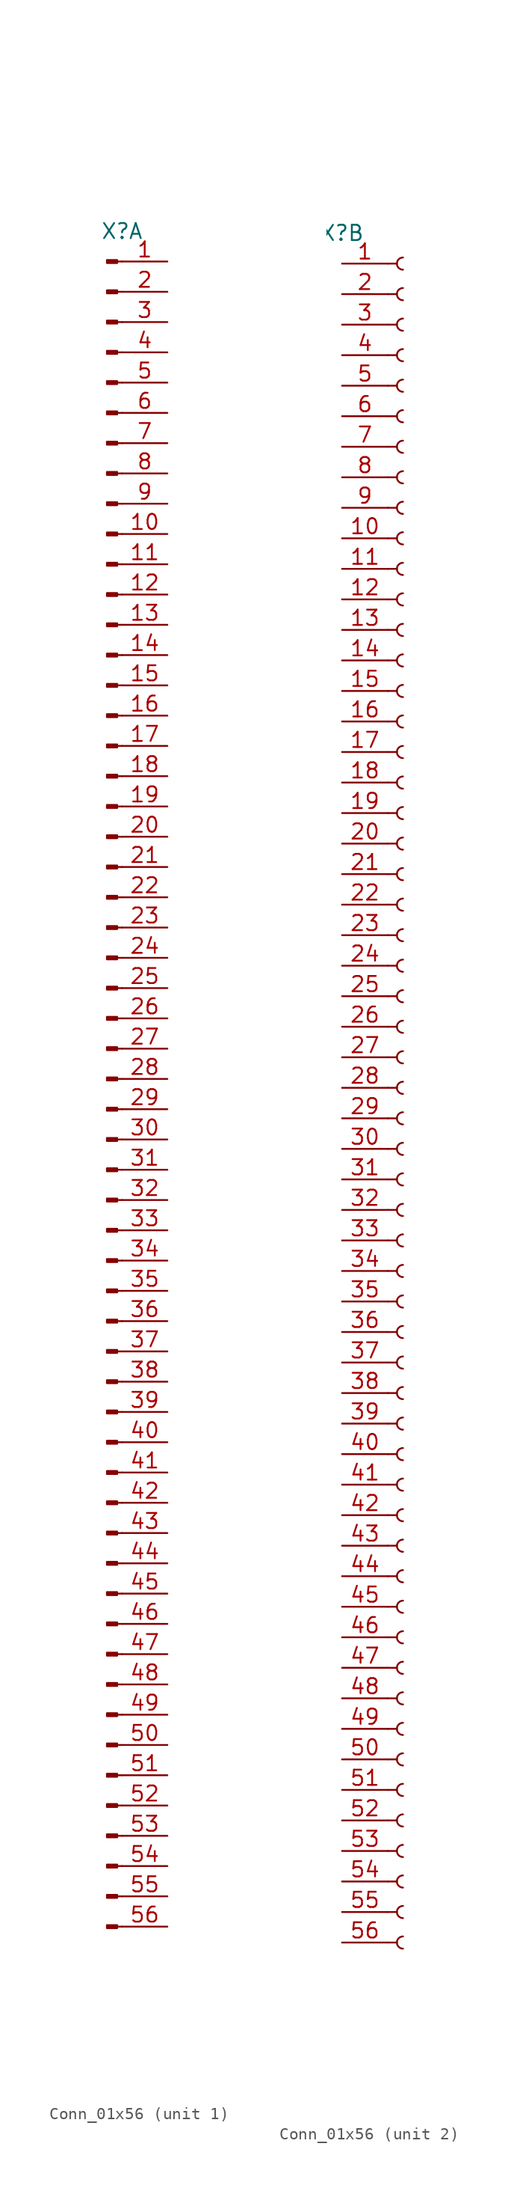
<source format=kicad_sym>
(kicad_symbol_lib
  (version 20241209)
  (generator "kicad_symbol_editor")
  (generator_version "9.0")
  (symbol "Conn_01x56"
    (pin_names
      (offset 1.016)
      (hide yes))
    (property "Reference" "X"
      (at 0 71.12 0)
      (effects (font (size 1.27 1.27))))
    (property "ki_locked" ""
      (at 0 0 0)
      (effects (font (size 1.27 1.27))))
    (symbol "Conn_01x56_1_1"
      (rectangle (start -0.406 68.707) (end -1.27 68.453) (stroke (width 0.152) (type default)) (fill (type outline)))
      (rectangle (start -0.406 66.167) (end -1.27 65.913) (stroke (width 0.152) (type default)) (fill (type outline)))
      (rectangle (start -0.406 63.627) (end -1.27 63.373) (stroke (width 0.152) (type default)) (fill (type outline)))
      (rectangle (start -0.406 61.087) (end -1.27 60.833) (stroke (width 0.152) (type default)) (fill (type outline)))
      (rectangle (start -0.406 58.547) (end -1.27 58.293) (stroke (width 0.152) (type default)) (fill (type outline)))
      (rectangle (start -0.406 56.007) (end -1.27 55.753) (stroke (width 0.152) (type default)) (fill (type outline)))
      (rectangle (start -0.406 53.467) (end -1.27 53.213) (stroke (width 0.152) (type default)) (fill (type outline)))
      (rectangle (start -0.406 50.927) (end -1.27 50.673) (stroke (width 0.152) (type default)) (fill (type outline)))
      (rectangle (start -0.406 48.387) (end -1.27 48.133) (stroke (width 0.152) (type default)) (fill (type outline)))
      (rectangle (start -0.406 45.847) (end -1.27 45.593) (stroke (width 0.152) (type default)) (fill (type outline)))
      (rectangle (start -0.406 43.307) (end -1.27 43.053) (stroke (width 0.152) (type default)) (fill (type outline)))
      (rectangle (start -0.406 40.767) (end -1.27 40.513) (stroke (width 0.152) (type default)) (fill (type outline)))
      (rectangle (start -0.406 38.227) (end -1.27 37.973) (stroke (width 0.152) (type default)) (fill (type outline)))
      (rectangle (start -0.406 35.687) (end -1.27 35.433) (stroke (width 0.152) (type default)) (fill (type outline)))
      (rectangle (start -0.406 33.147) (end -1.27 32.893) (stroke (width 0.152) (type default)) (fill (type outline)))
      (rectangle (start -0.406 30.607) (end -1.27 30.353) (stroke (width 0.152) (type default)) (fill (type outline)))
      (rectangle (start -0.406 28.067) (end -1.27 27.813) (stroke (width 0.152) (type default)) (fill (type outline)))
      (rectangle (start -0.406 25.527) (end -1.27 25.273) (stroke (width 0.152) (type default)) (fill (type outline)))
      (rectangle (start -0.406 22.987) (end -1.27 22.733) (stroke (width 0.152) (type default)) (fill (type outline)))
      (rectangle (start -0.406 20.447) (end -1.27 20.193) (stroke (width 0.152) (type default)) (fill (type outline)))
      (rectangle (start -0.406 17.907) (end -1.27 17.653) (stroke (width 0.152) (type default)) (fill (type outline)))
      (rectangle (start -0.406 15.367) (end -1.27 15.113) (stroke (width 0.152) (type default)) (fill (type outline)))
      (rectangle (start -0.406 12.827) (end -1.27 12.573) (stroke (width 0.152) (type default)) (fill (type outline)))
      (rectangle (start -0.406 10.287) (end -1.27 10.033) (stroke (width 0.152) (type default)) (fill (type outline)))
      (rectangle (start -0.406 7.747) (end -1.27 7.493) (stroke (width 0.152) (type default)) (fill (type outline)))
      (rectangle (start -0.406 5.207) (end -1.27 4.953) (stroke (width 0.152) (type default)) (fill (type outline)))
      (rectangle (start -0.406 2.667) (end -1.27 2.413) (stroke (width 0.152) (type default)) (fill (type outline)))
      (rectangle (start -0.406 0.127) (end -1.27 -0.127) (stroke (width 0.152) (type default)) (fill (type outline)))
      (rectangle (start -0.406 -2.413) (end -1.27 -2.667) (stroke (width 0.152) (type default)) (fill (type outline)))
      (rectangle (start -0.406 -4.953) (end -1.27 -5.207) (stroke (width 0.152) (type default)) (fill (type outline)))
      (rectangle (start -0.406 -7.493) (end -1.27 -7.747) (stroke (width 0.152) (type default)) (fill (type outline)))
      (rectangle (start -0.406 -10.033) (end -1.27 -10.287) (stroke (width 0.152) (type default)) (fill (type outline)))
      (rectangle (start -0.406 -12.573) (end -1.27 -12.827) (stroke (width 0.152) (type default)) (fill (type outline)))
      (rectangle (start -0.406 -15.113) (end -1.27 -15.367) (stroke (width 0.152) (type default)) (fill (type outline)))
      (rectangle (start -0.406 -17.653) (end -1.27 -17.907) (stroke (width 0.152) (type default)) (fill (type outline)))
      (rectangle (start -0.406 -20.193) (end -1.27 -20.447) (stroke (width 0.152) (type default)) (fill (type outline)))
      (rectangle (start -0.406 -22.733) (end -1.27 -22.987) (stroke (width 0.152) (type default)) (fill (type outline)))
      (rectangle (start -0.406 -25.273) (end -1.27 -25.527) (stroke (width 0.152) (type default)) (fill (type outline)))
      (rectangle (start -0.406 -27.813) (end -1.27 -28.067) (stroke (width 0.152) (type default)) (fill (type outline)))
      (rectangle (start -0.406 -30.353) (end -1.27 -30.607) (stroke (width 0.152) (type default)) (fill (type outline)))
      (rectangle (start -0.406 -32.893) (end -1.27 -33.147) (stroke (width 0.152) (type default)) (fill (type outline)))
      (rectangle (start -0.406 -35.433) (end -1.27 -35.687) (stroke (width 0.152) (type default)) (fill (type outline)))
      (rectangle (start -0.406 -37.973) (end -1.27 -38.227) (stroke (width 0.152) (type default)) (fill (type outline)))
      (rectangle (start -0.406 -40.513) (end -1.27 -40.767) (stroke (width 0.152) (type default)) (fill (type outline)))
      (rectangle (start -0.406 -43.053) (end -1.27 -43.307) (stroke (width 0.152) (type default)) (fill (type outline)))
      (rectangle (start -0.406 -45.593) (end -1.27 -45.847) (stroke (width 0.152) (type default)) (fill (type outline)))
      (rectangle (start -0.406 -48.133) (end -1.27 -48.387) (stroke (width 0.152) (type default)) (fill (type outline)))
      (rectangle (start -0.406 -50.673) (end -1.27 -50.927) (stroke (width 0.152) (type default)) (fill (type outline)))
      (rectangle (start -0.406 -53.213) (end -1.27 -53.467) (stroke (width 0.152) (type default)) (fill (type outline)))
      (rectangle (start -0.406 -55.753) (end -1.27 -56.007) (stroke (width 0.152) (type default)) (fill (type outline)))
      (rectangle (start -0.406 -58.293) (end -1.27 -58.547) (stroke (width 0.152) (type default)) (fill (type outline)))
      (rectangle (start -0.406 -60.833) (end -1.27 -61.087) (stroke (width 0.152) (type default)) (fill (type outline)))
      (rectangle (start -0.406 -63.373) (end -1.27 -63.627) (stroke (width 0.152) (type default)) (fill (type outline)))
      (rectangle (start -0.406 -65.913) (end -1.27 -66.167) (stroke (width 0.152) (type default)) (fill (type outline)))
      (rectangle (start -0.406 -68.453) (end -1.27 -68.707) (stroke (width 0.152) (type default)) (fill (type outline)))
      (rectangle (start -0.406 -70.993) (end -1.27 -71.247) (stroke (width 0.152) (type default)) (fill (type outline)))
      (polyline (pts (xy 0 68.58) (xy -0.406 68.58)) (stroke (width 0.152) (type default)) (fill (type none)))
      (polyline (pts (xy 0 66.04) (xy -0.406 66.04)) (stroke (width 0.152) (type default)) (fill (type none)))
      (polyline (pts (xy 0 63.5) (xy -0.406 63.5)) (stroke (width 0.152) (type default)) (fill (type none)))
      (polyline (pts (xy 0 60.96) (xy -0.406 60.96)) (stroke (width 0.152) (type default)) (fill (type none)))
      (polyline (pts (xy 0 58.42) (xy -0.406 58.42)) (stroke (width 0.152) (type default)) (fill (type none)))
      (polyline (pts (xy 0 55.88) (xy -0.406 55.88)) (stroke (width 0.152) (type default)) (fill (type none)))
      (polyline (pts (xy 0 53.34) (xy -0.406 53.34)) (stroke (width 0.152) (type default)) (fill (type none)))
      (polyline (pts (xy 0 50.8) (xy -0.406 50.8)) (stroke (width 0.152) (type default)) (fill (type none)))
      (polyline (pts (xy 0 48.26) (xy -0.406 48.26)) (stroke (width 0.152) (type default)) (fill (type none)))
      (polyline (pts (xy 0 45.72) (xy -0.406 45.72)) (stroke (width 0.152) (type default)) (fill (type none)))
      (polyline (pts (xy 0 43.18) (xy -0.406 43.18)) (stroke (width 0.152) (type default)) (fill (type none)))
      (polyline (pts (xy 0 40.64) (xy -0.406 40.64)) (stroke (width 0.152) (type default)) (fill (type none)))
      (polyline (pts (xy 0 38.1) (xy -0.406 38.1)) (stroke (width 0.152) (type default)) (fill (type none)))
      (polyline (pts (xy 0 35.56) (xy -0.406 35.56)) (stroke (width 0.152) (type default)) (fill (type none)))
      (polyline (pts (xy 0 33.02) (xy -0.406 33.02)) (stroke (width 0.152) (type default)) (fill (type none)))
      (polyline (pts (xy 0 30.48) (xy -0.406 30.48)) (stroke (width 0.152) (type default)) (fill (type none)))
      (polyline (pts (xy 0 27.94) (xy -0.406 27.94)) (stroke (width 0.152) (type default)) (fill (type none)))
      (polyline (pts (xy 0 25.4) (xy -0.406 25.4)) (stroke (width 0.152) (type default)) (fill (type none)))
      (polyline (pts (xy 0 22.86) (xy -0.406 22.86)) (stroke (width 0.152) (type default)) (fill (type none)))
      (polyline (pts (xy 0 20.32) (xy -0.406 20.32)) (stroke (width 0.152) (type default)) (fill (type none)))
      (polyline (pts (xy 0 17.78) (xy -0.406 17.78)) (stroke (width 0.152) (type default)) (fill (type none)))
      (polyline (pts (xy 0 15.24) (xy -0.406 15.24)) (stroke (width 0.152) (type default)) (fill (type none)))
      (polyline (pts (xy 0 12.7) (xy -0.406 12.7)) (stroke (width 0.152) (type default)) (fill (type none)))
      (polyline (pts (xy 0 10.16) (xy -0.406 10.16)) (stroke (width 0.152) (type default)) (fill (type none)))
      (polyline (pts (xy 0 7.62) (xy -0.406 7.62)) (stroke (width 0.152) (type default)) (fill (type none)))
      (polyline (pts (xy 0 5.08) (xy -0.406 5.08)) (stroke (width 0.152) (type default)) (fill (type none)))
      (polyline (pts (xy 0 2.54) (xy -0.406 2.54)) (stroke (width 0.152) (type default)) (fill (type none)))
      (polyline (pts (xy 0 0) (xy -0.406 0)) (stroke (width 0.152) (type default)) (fill (type none)))
      (polyline (pts (xy 0 -2.54) (xy -0.406 -2.54)) (stroke (width 0.152) (type default)) (fill (type none)))
      (polyline (pts (xy 0 -5.08) (xy -0.406 -5.08)) (stroke (width 0.152) (type default)) (fill (type none)))
      (polyline (pts (xy 0 -7.62) (xy -0.406 -7.62)) (stroke (width 0.152) (type default)) (fill (type none)))
      (polyline (pts (xy 0 -10.16) (xy -0.406 -10.16)) (stroke (width 0.152) (type default)) (fill (type none)))
      (polyline (pts (xy 0 -12.7) (xy -0.406 -12.7)) (stroke (width 0.152) (type default)) (fill (type none)))
      (polyline (pts (xy 0 -15.24) (xy -0.406 -15.24)) (stroke (width 0.152) (type default)) (fill (type none)))
      (polyline (pts (xy 0 -17.78) (xy -0.406 -17.78)) (stroke (width 0.152) (type default)) (fill (type none)))
      (polyline (pts (xy 0 -20.32) (xy -0.406 -20.32)) (stroke (width 0.152) (type default)) (fill (type none)))
      (polyline (pts (xy 0 -22.86) (xy -0.406 -22.86)) (stroke (width 0.152) (type default)) (fill (type none)))
      (polyline (pts (xy 0 -25.4) (xy -0.406 -25.4)) (stroke (width 0.152) (type default)) (fill (type none)))
      (polyline (pts (xy 0 -27.94) (xy -0.406 -27.94)) (stroke (width 0.152) (type default)) (fill (type none)))
      (polyline (pts (xy 0 -30.48) (xy -0.406 -30.48)) (stroke (width 0.152) (type default)) (fill (type none)))
      (polyline (pts (xy 0 -33.02) (xy -0.406 -33.02)) (stroke (width 0.152) (type default)) (fill (type none)))
      (polyline (pts (xy 0 -35.56) (xy -0.406 -35.56)) (stroke (width 0.152) (type default)) (fill (type none)))
      (polyline (pts (xy 0 -38.1) (xy -0.406 -38.1)) (stroke (width 0.152) (type default)) (fill (type none)))
      (polyline (pts (xy 0 -40.64) (xy -0.406 -40.64)) (stroke (width 0.152) (type default)) (fill (type none)))
      (polyline (pts (xy 0 -43.18) (xy -0.406 -43.18)) (stroke (width 0.152) (type default)) (fill (type none)))
      (polyline (pts (xy 0 -45.72) (xy -0.406 -45.72)) (stroke (width 0.152) (type default)) (fill (type none)))
      (polyline (pts (xy 0 -48.26) (xy -0.406 -48.26)) (stroke (width 0.152) (type default)) (fill (type none)))
      (polyline (pts (xy 0 -50.8) (xy -0.406 -50.8)) (stroke (width 0.152) (type default)) (fill (type none)))
      (polyline (pts (xy 0 -53.34) (xy -0.406 -53.34)) (stroke (width 0.152) (type default)) (fill (type none)))
      (polyline (pts (xy 0 -55.88) (xy -0.406 -55.88)) (stroke (width 0.152) (type default)) (fill (type none)))
      (polyline (pts (xy 0 -58.42) (xy -0.406 -58.42)) (stroke (width 0.152) (type default)) (fill (type none)))
      (polyline (pts (xy 0 -60.96) (xy -0.406 -60.96)) (stroke (width 0.152) (type default)) (fill (type none)))
      (polyline (pts (xy 0 -63.5) (xy -0.406 -63.5)) (stroke (width 0.152) (type default)) (fill (type none)))
      (polyline (pts (xy 0 -66.04) (xy -0.406 -66.04)) (stroke (width 0.152) (type default)) (fill (type none)))
      (polyline (pts (xy 0 -68.58) (xy -0.406 -68.58)) (stroke (width 0.152) (type default)) (fill (type none)))
      (polyline (pts (xy 0 -71.12) (xy -0.406 -71.12)) (stroke (width 0.152) (type default)) (fill (type none)))
      (pin passive line (at 3.81 68.58 180) (length 3.81) (name "Pin_1" (effects (font (size 1.27 1.27)))) (number "1" (effects (font (size 1.27 1.27)))))
      (pin passive line (at 3.81 66.04 180) (length 3.81) (name "Pin_2" (effects (font (size 1.27 1.27)))) (number "2" (effects (font (size 1.27 1.27)))))
      (pin passive line (at 3.81 63.5 180) (length 3.81) (name "Pin_3" (effects (font (size 1.27 1.27)))) (number "3" (effects (font (size 1.27 1.27)))))
      (pin passive line (at 3.81 60.96 180) (length 3.81) (name "Pin_4" (effects (font (size 1.27 1.27)))) (number "4" (effects (font (size 1.27 1.27)))))
      (pin passive line (at 3.81 58.42 180) (length 3.81) (name "Pin_5" (effects (font (size 1.27 1.27)))) (number "5" (effects (font (size 1.27 1.27)))))
      (pin passive line (at 3.81 55.88 180) (length 3.81) (name "Pin_6" (effects (font (size 1.27 1.27)))) (number "6" (effects (font (size 1.27 1.27)))))
      (pin passive line (at 3.81 53.34 180) (length 3.81) (name "Pin_7" (effects (font (size 1.27 1.27)))) (number "7" (effects (font (size 1.27 1.27)))))
      (pin passive line (at 3.81 50.8 180) (length 3.81) (name "Pin_8" (effects (font (size 1.27 1.27)))) (number "8" (effects (font (size 1.27 1.27)))))
      (pin passive line (at 3.81 48.26 180) (length 3.81) (name "Pin_9" (effects (font (size 1.27 1.27)))) (number "9" (effects (font (size 1.27 1.27)))))
      (pin passive line (at 3.81 45.72 180) (length 3.81) (name "Pin_10" (effects (font (size 1.27 1.27)))) (number "10" (effects (font (size 1.27 1.27)))))
      (pin passive line (at 3.81 43.18 180) (length 3.81) (name "Pin_11" (effects (font (size 1.27 1.27)))) (number "11" (effects (font (size 1.27 1.27)))))
      (pin passive line (at 3.81 40.64 180) (length 3.81) (name "Pin_12" (effects (font (size 1.27 1.27)))) (number "12" (effects (font (size 1.27 1.27)))))
      (pin passive line (at 3.81 38.1 180) (length 3.81) (name "Pin_13" (effects (font (size 1.27 1.27)))) (number "13" (effects (font (size 1.27 1.27)))))
      (pin passive line (at 3.81 35.56 180) (length 3.81) (name "Pin_14" (effects (font (size 1.27 1.27)))) (number "14" (effects (font (size 1.27 1.27)))))
      (pin passive line (at 3.81 33.02 180) (length 3.81) (name "Pin_15" (effects (font (size 1.27 1.27)))) (number "15" (effects (font (size 1.27 1.27)))))
      (pin passive line (at 3.81 30.48 180) (length 3.81) (name "Pin_16" (effects (font (size 1.27 1.27)))) (number "16" (effects (font (size 1.27 1.27)))))
      (pin passive line (at 3.81 27.94 180) (length 3.81) (name "Pin_17" (effects (font (size 1.27 1.27)))) (number "17" (effects (font (size 1.27 1.27)))))
      (pin passive line (at 3.81 25.4 180) (length 3.81) (name "Pin_18" (effects (font (size 1.27 1.27)))) (number "18" (effects (font (size 1.27 1.27)))))
      (pin passive line (at 3.81 22.86 180) (length 3.81) (name "Pin_19" (effects (font (size 1.27 1.27)))) (number "19" (effects (font (size 1.27 1.27)))))
      (pin passive line (at 3.81 20.32 180) (length 3.81) (name "Pin_20" (effects (font (size 1.27 1.27)))) (number "20" (effects (font (size 1.27 1.27)))))
      (pin passive line (at 3.81 17.78 180) (length 3.81) (name "Pin_21" (effects (font (size 1.27 1.27)))) (number "21" (effects (font (size 1.27 1.27)))))
      (pin passive line (at 3.81 15.24 180) (length 3.81) (name "Pin_22" (effects (font (size 1.27 1.27)))) (number "22" (effects (font (size 1.27 1.27)))))
      (pin passive line (at 3.81 12.7 180) (length 3.81) (name "Pin_23" (effects (font (size 1.27 1.27)))) (number "23" (effects (font (size 1.27 1.27)))))
      (pin passive line (at 3.81 10.16 180) (length 3.81) (name "Pin_24" (effects (font (size 1.27 1.27)))) (number "24" (effects (font (size 1.27 1.27)))))
      (pin passive line (at 3.81 7.62 180) (length 3.81) (name "Pin_25" (effects (font (size 1.27 1.27)))) (number "25" (effects (font (size 1.27 1.27)))))
      (pin passive line (at 3.81 5.08 180) (length 3.81) (name "Pin_26" (effects (font (size 1.27 1.27)))) (number "26" (effects (font (size 1.27 1.27)))))
      (pin passive line (at 3.81 2.54 180) (length 3.81) (name "Pin_27" (effects (font (size 1.27 1.27)))) (number "27" (effects (font (size 1.27 1.27)))))
      (pin passive line (at 3.81 0 180) (length 3.81) (name "Pin_28" (effects (font (size 1.27 1.27)))) (number "28" (effects (font (size 1.27 1.27)))))
      (pin passive line (at 3.81 -2.54 180) (length 3.81) (name "Pin_29" (effects (font (size 1.27 1.27)))) (number "29" (effects (font (size 1.27 1.27)))))
      (pin passive line (at 3.81 -5.08 180) (length 3.81) (name "Pin_30" (effects (font (size 1.27 1.27)))) (number "30" (effects (font (size 1.27 1.27)))))
      (pin passive line (at 3.81 -7.62 180) (length 3.81) (name "Pin_31" (effects (font (size 1.27 1.27)))) (number "31" (effects (font (size 1.27 1.27)))))
      (pin passive line (at 3.81 -10.16 180) (length 3.81) (name "Pin_32" (effects (font (size 1.27 1.27)))) (number "32" (effects (font (size 1.27 1.27)))))
      (pin passive line (at 3.81 -12.7 180) (length 3.81) (name "Pin_33" (effects (font (size 1.27 1.27)))) (number "33" (effects (font (size 1.27 1.27)))))
      (pin passive line (at 3.81 -15.24 180) (length 3.81) (name "Pin_34" (effects (font (size 1.27 1.27)))) (number "34" (effects (font (size 1.27 1.27)))))
      (pin passive line (at 3.81 -17.78 180) (length 3.81) (name "Pin_35" (effects (font (size 1.27 1.27)))) (number "35" (effects (font (size 1.27 1.27)))))
      (pin passive line (at 3.81 -20.32 180) (length 3.81) (name "Pin_36" (effects (font (size 1.27 1.27)))) (number "36" (effects (font (size 1.27 1.27)))))
      (pin passive line (at 3.81 -22.86 180) (length 3.81) (name "Pin_37" (effects (font (size 1.27 1.27)))) (number "37" (effects (font (size 1.27 1.27)))))
      (pin passive line (at 3.81 -25.4 180) (length 3.81) (name "Pin_38" (effects (font (size 1.27 1.27)))) (number "38" (effects (font (size 1.27 1.27)))))
      (pin passive line (at 3.81 -27.94 180) (length 3.81) (name "Pin_39" (effects (font (size 1.27 1.27)))) (number "39" (effects (font (size 1.27 1.27)))))
      (pin passive line (at 3.81 -30.48 180) (length 3.81) (name "Pin_40" (effects (font (size 1.27 1.27)))) (number "40" (effects (font (size 1.27 1.27)))))
      (pin passive line (at 3.81 -33.02 180) (length 3.81) (name "Pin_41" (effects (font (size 1.27 1.27)))) (number "41" (effects (font (size 1.27 1.27)))))
      (pin passive line (at 3.81 -35.56 180) (length 3.81) (name "Pin_42" (effects (font (size 1.27 1.27)))) (number "42" (effects (font (size 1.27 1.27)))))
      (pin passive line (at 3.81 -38.1 180) (length 3.81) (name "Pin_43" (effects (font (size 1.27 1.27)))) (number "43" (effects (font (size 1.27 1.27)))))
      (pin passive line (at 3.81 -40.64 180) (length 3.81) (name "Pin_44" (effects (font (size 1.27 1.27)))) (number "44" (effects (font (size 1.27 1.27)))))
      (pin passive line (at 3.81 -43.18 180) (length 3.81) (name "Pin_45" (effects (font (size 1.27 1.27)))) (number "45" (effects (font (size 1.27 1.27)))))
      (pin passive line (at 3.81 -45.72 180) (length 3.81) (name "Pin_46" (effects (font (size 1.27 1.27)))) (number "46" (effects (font (size 1.27 1.27)))))
      (pin passive line (at 3.81 -48.26 180) (length 3.81) (name "Pin_47" (effects (font (size 1.27 1.27)))) (number "47" (effects (font (size 1.27 1.27)))))
      (pin passive line (at 3.81 -50.8 180) (length 3.81) (name "Pin_48" (effects (font (size 1.27 1.27)))) (number "48" (effects (font (size 1.27 1.27)))))
      (pin passive line (at 3.81 -53.34 180) (length 3.81) (name "Pin_49" (effects (font (size 1.27 1.27)))) (number "49" (effects (font (size 1.27 1.27)))))
      (pin passive line (at 3.81 -55.88 180) (length 3.81) (name "Pin_50" (effects (font (size 1.27 1.27)))) (number "50" (effects (font (size 1.27 1.27)))))
      (pin passive line (at 3.81 -58.42 180) (length 3.81) (name "Pin_51" (effects (font (size 1.27 1.27)))) (number "51" (effects (font (size 1.27 1.27)))))
      (pin passive line (at 3.81 -60.96 180) (length 3.81) (name "Pin_52" (effects (font (size 1.27 1.27)))) (number "52" (effects (font (size 1.27 1.27)))))
      (pin passive line (at 3.81 -63.5 180) (length 3.81) (name "Pin_53" (effects (font (size 1.27 1.27)))) (number "53" (effects (font (size 1.27 1.27)))))
      (pin passive line (at 3.81 -66.04 180) (length 3.81) (name "Pin_54" (effects (font (size 1.27 1.27)))) (number "54" (effects (font (size 1.27 1.27)))))
      (pin passive line (at 3.81 -68.58 180) (length 3.81) (name "Pin_55" (effects (font (size 1.27 1.27)))) (number "55" (effects (font (size 1.27 1.27)))))
      (pin passive line (at 3.81 -71.12 180) (length 3.81) (name "Pin_56" (effects (font (size 1.27 1.27)))) (number "56" (effects (font (size 1.27 1.27))))))
    (symbol "Conn_01x56_2_1"
      (polyline (pts (xy 3.81 68.58) (xy 4.572 68.58)) (stroke (width 0.152) (type default)) (fill (type none)))
      (polyline (pts (xy 3.81 66.04) (xy 4.572 66.04)) (stroke (width 0.152) (type default)) (fill (type none)))
      (polyline (pts (xy 3.81 63.5) (xy 4.572 63.5)) (stroke (width 0.152) (type default)) (fill (type none)))
      (polyline (pts (xy 3.81 60.96) (xy 4.572 60.96)) (stroke (width 0.152) (type default)) (fill (type none)))
      (polyline (pts (xy 3.81 58.42) (xy 4.572 58.42)) (stroke (width 0.152) (type default)) (fill (type none)))
      (polyline (pts (xy 3.81 55.88) (xy 4.572 55.88)) (stroke (width 0.152) (type default)) (fill (type none)))
      (polyline (pts (xy 3.81 53.34) (xy 4.572 53.34)) (stroke (width 0.152) (type default)) (fill (type none)))
      (polyline (pts (xy 3.81 50.8) (xy 4.572 50.8)) (stroke (width 0.152) (type default)) (fill (type none)))
      (polyline (pts (xy 3.81 48.26) (xy 4.572 48.26)) (stroke (width 0.152) (type default)) (fill (type none)))
      (polyline (pts (xy 3.81 45.72) (xy 4.572 45.72)) (stroke (width 0.152) (type default)) (fill (type none)))
      (polyline (pts (xy 3.81 43.18) (xy 4.572 43.18)) (stroke (width 0.152) (type default)) (fill (type none)))
      (polyline (pts (xy 3.81 40.64) (xy 4.572 40.64)) (stroke (width 0.152) (type default)) (fill (type none)))
      (polyline (pts (xy 3.81 38.1) (xy 4.572 38.1)) (stroke (width 0.152) (type default)) (fill (type none)))
      (polyline (pts (xy 3.81 35.56) (xy 4.572 35.56)) (stroke (width 0.152) (type default)) (fill (type none)))
      (polyline (pts (xy 3.81 33.02) (xy 4.572 33.02)) (stroke (width 0.152) (type default)) (fill (type none)))
      (polyline (pts (xy 3.81 30.48) (xy 4.572 30.48)) (stroke (width 0.152) (type default)) (fill (type none)))
      (polyline (pts (xy 3.81 27.94) (xy 4.572 27.94)) (stroke (width 0.152) (type default)) (fill (type none)))
      (polyline (pts (xy 3.81 25.4) (xy 4.572 25.4)) (stroke (width 0.152) (type default)) (fill (type none)))
      (polyline (pts (xy 3.81 22.86) (xy 4.572 22.86)) (stroke (width 0.152) (type default)) (fill (type none)))
      (polyline (pts (xy 3.81 20.32) (xy 4.572 20.32)) (stroke (width 0.152) (type default)) (fill (type none)))
      (polyline (pts (xy 3.81 17.78) (xy 4.572 17.78)) (stroke (width 0.152) (type default)) (fill (type none)))
      (polyline (pts (xy 3.81 15.24) (xy 4.572 15.24)) (stroke (width 0.152) (type default)) (fill (type none)))
      (polyline (pts (xy 3.81 12.7) (xy 4.572 12.7)) (stroke (width 0.152) (type default)) (fill (type none)))
      (polyline (pts (xy 3.81 10.16) (xy 4.572 10.16)) (stroke (width 0.152) (type default)) (fill (type none)))
      (polyline (pts (xy 3.81 7.62) (xy 4.572 7.62)) (stroke (width 0.152) (type default)) (fill (type none)))
      (polyline (pts (xy 3.81 5.08) (xy 4.572 5.08)) (stroke (width 0.152) (type default)) (fill (type none)))
      (polyline (pts (xy 3.81 2.54) (xy 4.572 2.54)) (stroke (width 0.152) (type default)) (fill (type none)))
      (polyline (pts (xy 3.81 0) (xy 4.572 0)) (stroke (width 0.152) (type default)) (fill (type none)))
      (polyline (pts (xy 3.81 -2.54) (xy 4.572 -2.54)) (stroke (width 0.152) (type default)) (fill (type none)))
      (polyline (pts (xy 3.81 -5.08) (xy 4.572 -5.08)) (stroke (width 0.152) (type default)) (fill (type none)))
      (polyline (pts (xy 3.81 -7.62) (xy 4.572 -7.62)) (stroke (width 0.152) (type default)) (fill (type none)))
      (polyline (pts (xy 3.81 -10.16) (xy 4.572 -10.16)) (stroke (width 0.152) (type default)) (fill (type none)))
      (polyline (pts (xy 3.81 -12.7) (xy 4.572 -12.7)) (stroke (width 0.152) (type default)) (fill (type none)))
      (polyline (pts (xy 3.81 -15.24) (xy 4.572 -15.24)) (stroke (width 0.152) (type default)) (fill (type none)))
      (polyline (pts (xy 3.81 -17.78) (xy 4.572 -17.78)) (stroke (width 0.152) (type default)) (fill (type none)))
      (polyline (pts (xy 3.81 -20.32) (xy 4.572 -20.32)) (stroke (width 0.152) (type default)) (fill (type none)))
      (polyline (pts (xy 3.81 -22.86) (xy 4.572 -22.86)) (stroke (width 0.152) (type default)) (fill (type none)))
      (polyline (pts (xy 3.81 -25.4) (xy 4.572 -25.4)) (stroke (width 0.152) (type default)) (fill (type none)))
      (polyline (pts (xy 3.81 -27.94) (xy 4.572 -27.94)) (stroke (width 0.152) (type default)) (fill (type none)))
      (polyline (pts (xy 3.81 -30.48) (xy 4.572 -30.48)) (stroke (width 0.152) (type default)) (fill (type none)))
      (polyline (pts (xy 3.81 -33.02) (xy 4.572 -33.02)) (stroke (width 0.152) (type default)) (fill (type none)))
      (polyline (pts (xy 3.81 -35.56) (xy 4.572 -35.56)) (stroke (width 0.152) (type default)) (fill (type none)))
      (polyline (pts (xy 3.81 -38.1) (xy 4.572 -38.1)) (stroke (width 0.152) (type default)) (fill (type none)))
      (polyline (pts (xy 3.81 -40.64) (xy 4.572 -40.64)) (stroke (width 0.152) (type default)) (fill (type none)))
      (polyline (pts (xy 3.81 -43.18) (xy 4.572 -43.18)) (stroke (width 0.152) (type default)) (fill (type none)))
      (polyline (pts (xy 3.81 -45.72) (xy 4.572 -45.72)) (stroke (width 0.152) (type default)) (fill (type none)))
      (polyline (pts (xy 3.81 -48.26) (xy 4.572 -48.26)) (stroke (width 0.152) (type default)) (fill (type none)))
      (polyline (pts (xy 3.81 -50.8) (xy 4.572 -50.8)) (stroke (width 0.152) (type default)) (fill (type none)))
      (polyline (pts (xy 3.81 -53.34) (xy 4.572 -53.34)) (stroke (width 0.152) (type default)) (fill (type none)))
      (polyline (pts (xy 3.81 -55.88) (xy 4.572 -55.88)) (stroke (width 0.152) (type default)) (fill (type none)))
      (polyline (pts (xy 3.81 -58.42) (xy 4.572 -58.42)) (stroke (width 0.152) (type default)) (fill (type none)))
      (polyline (pts (xy 3.81 -60.96) (xy 4.572 -60.96)) (stroke (width 0.152) (type default)) (fill (type none)))
      (polyline (pts (xy 3.81 -63.5) (xy 4.572 -63.5)) (stroke (width 0.152) (type default)) (fill (type none)))
      (polyline (pts (xy 3.81 -66.04) (xy 4.572 -66.04)) (stroke (width 0.152) (type default)) (fill (type none)))
      (polyline (pts (xy 3.81 -68.58) (xy 4.572 -68.58)) (stroke (width 0.152) (type default)) (fill (type none)))
      (polyline (pts (xy 3.81 -71.12) (xy 4.572 -71.12)) (stroke (width 0.152) (type default)) (fill (type none)))
      (arc (start 5.08 68.072) (mid 4.5742 68.58) (end 5.08 69.088) (stroke (width 0.1524) (type default)) (fill (type none)))
      (arc (start 5.08 65.532) (mid 4.5742 66.04) (end 5.08 66.548) (stroke (width 0.1524) (type default)) (fill (type none)))
      (arc (start 5.08 62.992) (mid 4.5742 63.5) (end 5.08 64.008) (stroke (width 0.1524) (type default)) (fill (type none)))
      (arc (start 5.08 60.452) (mid 4.5742 60.96) (end 5.08 61.468) (stroke (width 0.1524) (type default)) (fill (type none)))
      (arc (start 5.08 57.912) (mid 4.5742 58.42) (end 5.08 58.928) (stroke (width 0.1524) (type default)) (fill (type none)))
      (arc (start 5.08 55.372) (mid 4.5742 55.88) (end 5.08 56.388) (stroke (width 0.1524) (type default)) (fill (type none)))
      (arc (start 5.08 52.832) (mid 4.5742 53.34) (end 5.08 53.848) (stroke (width 0.1524) (type default)) (fill (type none)))
      (arc (start 5.08 50.292) (mid 4.5742 50.8) (end 5.08 51.308) (stroke (width 0.1524) (type default)) (fill (type none)))
      (arc (start 5.08 47.752) (mid 4.5742 48.26) (end 5.08 48.768) (stroke (width 0.1524) (type default)) (fill (type none)))
      (arc (start 5.08 45.212) (mid 4.5742 45.72) (end 5.08 46.228) (stroke (width 0.1524) (type default)) (fill (type none)))
      (arc (start 5.08 42.672) (mid 4.5742 43.18) (end 5.08 43.688) (stroke (width 0.1524) (type default)) (fill (type none)))
      (arc (start 5.08 40.132) (mid 4.5742 40.64) (end 5.08 41.148) (stroke (width 0.1524) (type default)) (fill (type none)))
      (arc (start 5.08 37.592) (mid 4.5742 38.1) (end 5.08 38.608) (stroke (width 0.1524) (type default)) (fill (type none)))
      (arc (start 5.08 35.052) (mid 4.5742 35.56) (end 5.08 36.068) (stroke (width 0.1524) (type default)) (fill (type none)))
      (arc (start 5.08 32.512) (mid 4.5742 33.02) (end 5.08 33.528) (stroke (width 0.1524) (type default)) (fill (type none)))
      (arc (start 5.08 29.972) (mid 4.5742 30.48) (end 5.08 30.988) (stroke (width 0.1524) (type default)) (fill (type none)))
      (arc (start 5.08 27.432) (mid 4.5742 27.94) (end 5.08 28.448) (stroke (width 0.1524) (type default)) (fill (type none)))
      (arc (start 5.08 24.892) (mid 4.5742 25.4) (end 5.08 25.908) (stroke (width 0.1524) (type default)) (fill (type none)))
      (arc (start 5.08 22.352) (mid 4.5742 22.86) (end 5.08 23.368) (stroke (width 0.1524) (type default)) (fill (type none)))
      (arc (start 5.08 19.812) (mid 4.5742 20.32) (end 5.08 20.828) (stroke (width 0.1524) (type default)) (fill (type none)))
      (arc (start 5.08 17.272) (mid 4.5742 17.78) (end 5.08 18.288) (stroke (width 0.1524) (type default)) (fill (type none)))
      (arc (start 5.08 14.732) (mid 4.5742 15.24) (end 5.08 15.748) (stroke (width 0.1524) (type default)) (fill (type none)))
      (arc (start 5.08 12.192) (mid 4.5742 12.7) (end 5.08 13.208) (stroke (width 0.1524) (type default)) (fill (type none)))
      (arc (start 5.08 9.652) (mid 4.5742 10.16) (end 5.08 10.668) (stroke (width 0.1524) (type default)) (fill (type none)))
      (arc (start 5.08 7.112) (mid 4.5742 7.62) (end 5.08 8.128) (stroke (width 0.1524) (type default)) (fill (type none)))
      (arc (start 5.08 4.572) (mid 4.5742 5.08) (end 5.08 5.588) (stroke (width 0.1524) (type default)) (fill (type none)))
      (arc (start 5.08 2.032) (mid 4.5742 2.54) (end 5.08 3.048) (stroke (width 0.1524) (type default)) (fill (type none)))
      (arc (start 5.08 -0.508) (mid 4.5742 0) (end 5.08 0.508) (stroke (width 0.1524) (type default)) (fill (type none)))
      (arc (start 5.08 -3.048) (mid 4.5742 -2.54) (end 5.08 -2.032) (stroke (width 0.1524) (type default)) (fill (type none)))
      (arc (start 5.08 -5.588) (mid 4.5742 -5.08) (end 5.08 -4.572) (stroke (width 0.1524) (type default)) (fill (type none)))
      (arc (start 5.08 -8.128) (mid 4.5742 -7.62) (end 5.08 -7.112) (stroke (width 0.1524) (type default)) (fill (type none)))
      (arc (start 5.08 -10.668) (mid 4.5742 -10.16) (end 5.08 -9.652) (stroke (width 0.1524) (type default)) (fill (type none)))
      (arc (start 5.08 -13.208) (mid 4.5742 -12.7) (end 5.08 -12.192) (stroke (width 0.1524) (type default)) (fill (type none)))
      (arc (start 5.08 -15.748) (mid 4.5742 -15.24) (end 5.08 -14.732) (stroke (width 0.1524) (type default)) (fill (type none)))
      (arc (start 5.08 -18.288) (mid 4.5742 -17.78) (end 5.08 -17.272) (stroke (width 0.1524) (type default)) (fill (type none)))
      (arc (start 5.08 -20.828) (mid 4.5742 -20.32) (end 5.08 -19.812) (stroke (width 0.1524) (type default)) (fill (type none)))
      (arc (start 5.08 -23.368) (mid 4.5742 -22.86) (end 5.08 -22.352) (stroke (width 0.1524) (type default)) (fill (type none)))
      (arc (start 5.08 -25.908) (mid 4.5742 -25.4) (end 5.08 -24.892) (stroke (width 0.1524) (type default)) (fill (type none)))
      (arc (start 5.08 -28.448) (mid 4.5742 -27.94) (end 5.08 -27.432) (stroke (width 0.1524) (type default)) (fill (type none)))
      (arc (start 5.08 -30.988) (mid 4.5742 -30.48) (end 5.08 -29.972) (stroke (width 0.1524) (type default)) (fill (type none)))
      (arc (start 5.08 -33.528) (mid 4.5742 -33.02) (end 5.08 -32.512) (stroke (width 0.1524) (type default)) (fill (type none)))
      (arc (start 5.08 -36.068) (mid 4.5742 -35.56) (end 5.08 -35.052) (stroke (width 0.1524) (type default)) (fill (type none)))
      (arc (start 5.08 -38.608) (mid 4.5742 -38.1) (end 5.08 -37.592) (stroke (width 0.1524) (type default)) (fill (type none)))
      (arc (start 5.08 -41.148) (mid 4.5742 -40.64) (end 5.08 -40.132) (stroke (width 0.1524) (type default)) (fill (type none)))
      (arc (start 5.08 -43.688) (mid 4.5742 -43.18) (end 5.08 -42.672) (stroke (width 0.1524) (type default)) (fill (type none)))
      (arc (start 5.08 -46.228) (mid 4.5742 -45.72) (end 5.08 -45.212) (stroke (width 0.1524) (type default)) (fill (type none)))
      (arc (start 5.08 -48.768) (mid 4.5742 -48.26) (end 5.08 -47.752) (stroke (width 0.1524) (type default)) (fill (type none)))
      (arc (start 5.08 -51.308) (mid 4.5742 -50.8) (end 5.08 -50.292) (stroke (width 0.1524) (type default)) (fill (type none)))
      (arc (start 5.08 -53.848) (mid 4.5742 -53.34) (end 5.08 -52.832) (stroke (width 0.1524) (type default)) (fill (type none)))
      (arc (start 5.08 -56.388) (mid 4.5742 -55.88) (end 5.08 -55.372) (stroke (width 0.1524) (type default)) (fill (type none)))
      (arc (start 5.08 -58.928) (mid 4.5742 -58.42) (end 5.08 -57.912) (stroke (width 0.1524) (type default)) (fill (type none)))
      (arc (start 5.08 -61.468) (mid 4.5742 -60.96) (end 5.08 -60.452) (stroke (width 0.1524) (type default)) (fill (type none)))
      (arc (start 5.08 -64.008) (mid 4.5742 -63.5) (end 5.08 -62.992) (stroke (width 0.1524) (type default)) (fill (type none)))
      (arc (start 5.08 -66.548) (mid 4.5742 -66.04) (end 5.08 -65.532) (stroke (width 0.1524) (type default)) (fill (type none)))
      (arc (start 5.08 -69.088) (mid 4.5742 -68.58) (end 5.08 -68.072) (stroke (width 0.1524) (type default)) (fill (type none)))
      (arc (start 5.08 -71.628) (mid 4.5742 -71.12) (end 5.08 -70.612) (stroke (width 0.1524) (type default)) (fill (type none)))
      (pin passive line (at 0 68.58 0) (length 3.81) (name "Pin_1" (effects (font (size 1.27 1.27)))) (number "1" (effects (font (size 1.27 1.27)))))
      (pin passive line (at 0 66.04 0) (length 3.81) (name "Pin_2" (effects (font (size 1.27 1.27)))) (number "2" (effects (font (size 1.27 1.27)))))
      (pin passive line (at 0 63.5 0) (length 3.81) (name "Pin_3" (effects (font (size 1.27 1.27)))) (number "3" (effects (font (size 1.27 1.27)))))
      (pin passive line (at 0 60.96 0) (length 3.81) (name "Pin_4" (effects (font (size 1.27 1.27)))) (number "4" (effects (font (size 1.27 1.27)))))
      (pin passive line (at 0 58.42 0) (length 3.81) (name "Pin_5" (effects (font (size 1.27 1.27)))) (number "5" (effects (font (size 1.27 1.27)))))
      (pin passive line (at 0 55.88 0) (length 3.81) (name "Pin_6" (effects (font (size 1.27 1.27)))) (number "6" (effects (font (size 1.27 1.27)))))
      (pin passive line (at 0 53.34 0) (length 3.81) (name "Pin_7" (effects (font (size 1.27 1.27)))) (number "7" (effects (font (size 1.27 1.27)))))
      (pin passive line (at 0 50.8 0) (length 3.81) (name "Pin_8" (effects (font (size 1.27 1.27)))) (number "8" (effects (font (size 1.27 1.27)))))
      (pin passive line (at 0 48.26 0) (length 3.81) (name "Pin_9" (effects (font (size 1.27 1.27)))) (number "9" (effects (font (size 1.27 1.27)))))
      (pin passive line (at 0 45.72 0) (length 3.81) (name "Pin_10" (effects (font (size 1.27 1.27)))) (number "10" (effects (font (size 1.27 1.27)))))
      (pin passive line (at 0 43.18 0) (length 3.81) (name "Pin_11" (effects (font (size 1.27 1.27)))) (number "11" (effects (font (size 1.27 1.27)))))
      (pin passive line (at 0 40.64 0) (length 3.81) (name "Pin_12" (effects (font (size 1.27 1.27)))) (number "12" (effects (font (size 1.27 1.27)))))
      (pin passive line (at 0 38.1 0) (length 3.81) (name "Pin_13" (effects (font (size 1.27 1.27)))) (number "13" (effects (font (size 1.27 1.27)))))
      (pin passive line (at 0 35.56 0) (length 3.81) (name "Pin_14" (effects (font (size 1.27 1.27)))) (number "14" (effects (font (size 1.27 1.27)))))
      (pin passive line (at 0 33.02 0) (length 3.81) (name "Pin_15" (effects (font (size 1.27 1.27)))) (number "15" (effects (font (size 1.27 1.27)))))
      (pin passive line (at 0 30.48 0) (length 3.81) (name "Pin_16" (effects (font (size 1.27 1.27)))) (number "16" (effects (font (size 1.27 1.27)))))
      (pin passive line (at 0 27.94 0) (length 3.81) (name "Pin_17" (effects (font (size 1.27 1.27)))) (number "17" (effects (font (size 1.27 1.27)))))
      (pin passive line (at 0 25.4 0) (length 3.81) (name "Pin_18" (effects (font (size 1.27 1.27)))) (number "18" (effects (font (size 1.27 1.27)))))
      (pin passive line (at 0 22.86 0) (length 3.81) (name "Pin_19" (effects (font (size 1.27 1.27)))) (number "19" (effects (font (size 1.27 1.27)))))
      (pin passive line (at 0 20.32 0) (length 3.81) (name "Pin_20" (effects (font (size 1.27 1.27)))) (number "20" (effects (font (size 1.27 1.27)))))
      (pin passive line (at 0 17.78 0) (length 3.81) (name "Pin_21" (effects (font (size 1.27 1.27)))) (number "21" (effects (font (size 1.27 1.27)))))
      (pin passive line (at 0 15.24 0) (length 3.81) (name "Pin_22" (effects (font (size 1.27 1.27)))) (number "22" (effects (font (size 1.27 1.27)))))
      (pin passive line (at 0 12.7 0) (length 3.81) (name "Pin_23" (effects (font (size 1.27 1.27)))) (number "23" (effects (font (size 1.27 1.27)))))
      (pin passive line (at 0 10.16 0) (length 3.81) (name "Pin_24" (effects (font (size 1.27 1.27)))) (number "24" (effects (font (size 1.27 1.27)))))
      (pin passive line (at 0 7.62 0) (length 3.81) (name "Pin_25" (effects (font (size 1.27 1.27)))) (number "25" (effects (font (size 1.27 1.27)))))
      (pin passive line (at 0 5.08 0) (length 3.81) (name "Pin_26" (effects (font (size 1.27 1.27)))) (number "26" (effects (font (size 1.27 1.27)))))
      (pin passive line (at 0 2.54 0) (length 3.81) (name "Pin_27" (effects (font (size 1.27 1.27)))) (number "27" (effects (font (size 1.27 1.27)))))
      (pin passive line (at 0 0 0) (length 3.81) (name "Pin_28" (effects (font (size 1.27 1.27)))) (number "28" (effects (font (size 1.27 1.27)))))
      (pin passive line (at 0 -2.54 0) (length 3.81) (name "Pin_29" (effects (font (size 1.27 1.27)))) (number "29" (effects (font (size 1.27 1.27)))))
      (pin passive line (at 0 -5.08 0) (length 3.81) (name "Pin_30" (effects (font (size 1.27 1.27)))) (number "30" (effects (font (size 1.27 1.27)))))
      (pin passive line (at 0 -7.62 0) (length 3.81) (name "Pin_31" (effects (font (size 1.27 1.27)))) (number "31" (effects (font (size 1.27 1.27)))))
      (pin passive line (at 0 -10.16 0) (length 3.81) (name "Pin_32" (effects (font (size 1.27 1.27)))) (number "32" (effects (font (size 1.27 1.27)))))
      (pin passive line (at 0 -12.7 0) (length 3.81) (name "Pin_33" (effects (font (size 1.27 1.27)))) (number "33" (effects (font (size 1.27 1.27)))))
      (pin passive line (at 0 -15.24 0) (length 3.81) (name "Pin_34" (effects (font (size 1.27 1.27)))) (number "34" (effects (font (size 1.27 1.27)))))
      (pin passive line (at 0 -17.78 0) (length 3.81) (name "Pin_35" (effects (font (size 1.27 1.27)))) (number "35" (effects (font (size 1.27 1.27)))))
      (pin passive line (at 0 -20.32 0) (length 3.81) (name "Pin_36" (effects (font (size 1.27 1.27)))) (number "36" (effects (font (size 1.27 1.27)))))
      (pin passive line (at 0 -22.86 0) (length 3.81) (name "Pin_37" (effects (font (size 1.27 1.27)))) (number "37" (effects (font (size 1.27 1.27)))))
      (pin passive line (at 0 -25.4 0) (length 3.81) (name "Pin_38" (effects (font (size 1.27 1.27)))) (number "38" (effects (font (size 1.27 1.27)))))
      (pin passive line (at 0 -27.94 0) (length 3.81) (name "Pin_39" (effects (font (size 1.27 1.27)))) (number "39" (effects (font (size 1.27 1.27)))))
      (pin passive line (at 0 -30.48 0) (length 3.81) (name "Pin_40" (effects (font (size 1.27 1.27)))) (number "40" (effects (font (size 1.27 1.27)))))
      (pin passive line (at 0 -33.02 0) (length 3.81) (name "Pin_41" (effects (font (size 1.27 1.27)))) (number "41" (effects (font (size 1.27 1.27)))))
      (pin passive line (at 0 -35.56 0) (length 3.81) (name "Pin_42" (effects (font (size 1.27 1.27)))) (number "42" (effects (font (size 1.27 1.27)))))
      (pin passive line (at 0 -38.1 0) (length 3.81) (name "Pin_43" (effects (font (size 1.27 1.27)))) (number "43" (effects (font (size 1.27 1.27)))))
      (pin passive line (at 0 -40.64 0) (length 3.81) (name "Pin_44" (effects (font (size 1.27 1.27)))) (number "44" (effects (font (size 1.27 1.27)))))
      (pin passive line (at 0 -43.18 0) (length 3.81) (name "Pin_45" (effects (font (size 1.27 1.27)))) (number "45" (effects (font (size 1.27 1.27)))))
      (pin passive line (at 0 -45.72 0) (length 3.81) (name "Pin_46" (effects (font (size 1.27 1.27)))) (number "46" (effects (font (size 1.27 1.27)))))
      (pin passive line (at 0 -48.26 0) (length 3.81) (name "Pin_47" (effects (font (size 1.27 1.27)))) (number "47" (effects (font (size 1.27 1.27)))))
      (pin passive line (at 0 -50.8 0) (length 3.81) (name "Pin_48" (effects (font (size 1.27 1.27)))) (number "48" (effects (font (size 1.27 1.27)))))
      (pin passive line (at 0 -53.34 0) (length 3.81) (name "Pin_49" (effects (font (size 1.27 1.27)))) (number "49" (effects (font (size 1.27 1.27)))))
      (pin passive line (at 0 -55.88 0) (length 3.81) (name "Pin_50" (effects (font (size 1.27 1.27)))) (number "50" (effects (font (size 1.27 1.27)))))
      (pin passive line (at 0 -58.42 0) (length 3.81) (name "Pin_51" (effects (font (size 1.27 1.27)))) (number "51" (effects (font (size 1.27 1.27)))))
      (pin passive line (at 0 -60.96 0) (length 3.81) (name "Pin_52" (effects (font (size 1.27 1.27)))) (number "52" (effects (font (size 1.27 1.27)))))
      (pin passive line (at 0 -63.5 0) (length 3.81) (name "Pin_53" (effects (font (size 1.27 1.27)))) (number "53" (effects (font (size 1.27 1.27)))))
      (pin passive line (at 0 -66.04 0) (length 3.81) (name "Pin_54" (effects (font (size 1.27 1.27)))) (number "54" (effects (font (size 1.27 1.27)))))
      (pin passive line (at 0 -68.58 0) (length 3.81) (name "Pin_55" (effects (font (size 1.27 1.27)))) (number "55" (effects (font (size 1.27 1.27)))))
      (pin passive line (at 0 -71.12 0) (length 3.81) (name "Pin_56" (effects (font (size 1.27 1.27)))) (number "56" (effects (font (size 1.27 1.27))))))))
</source>
